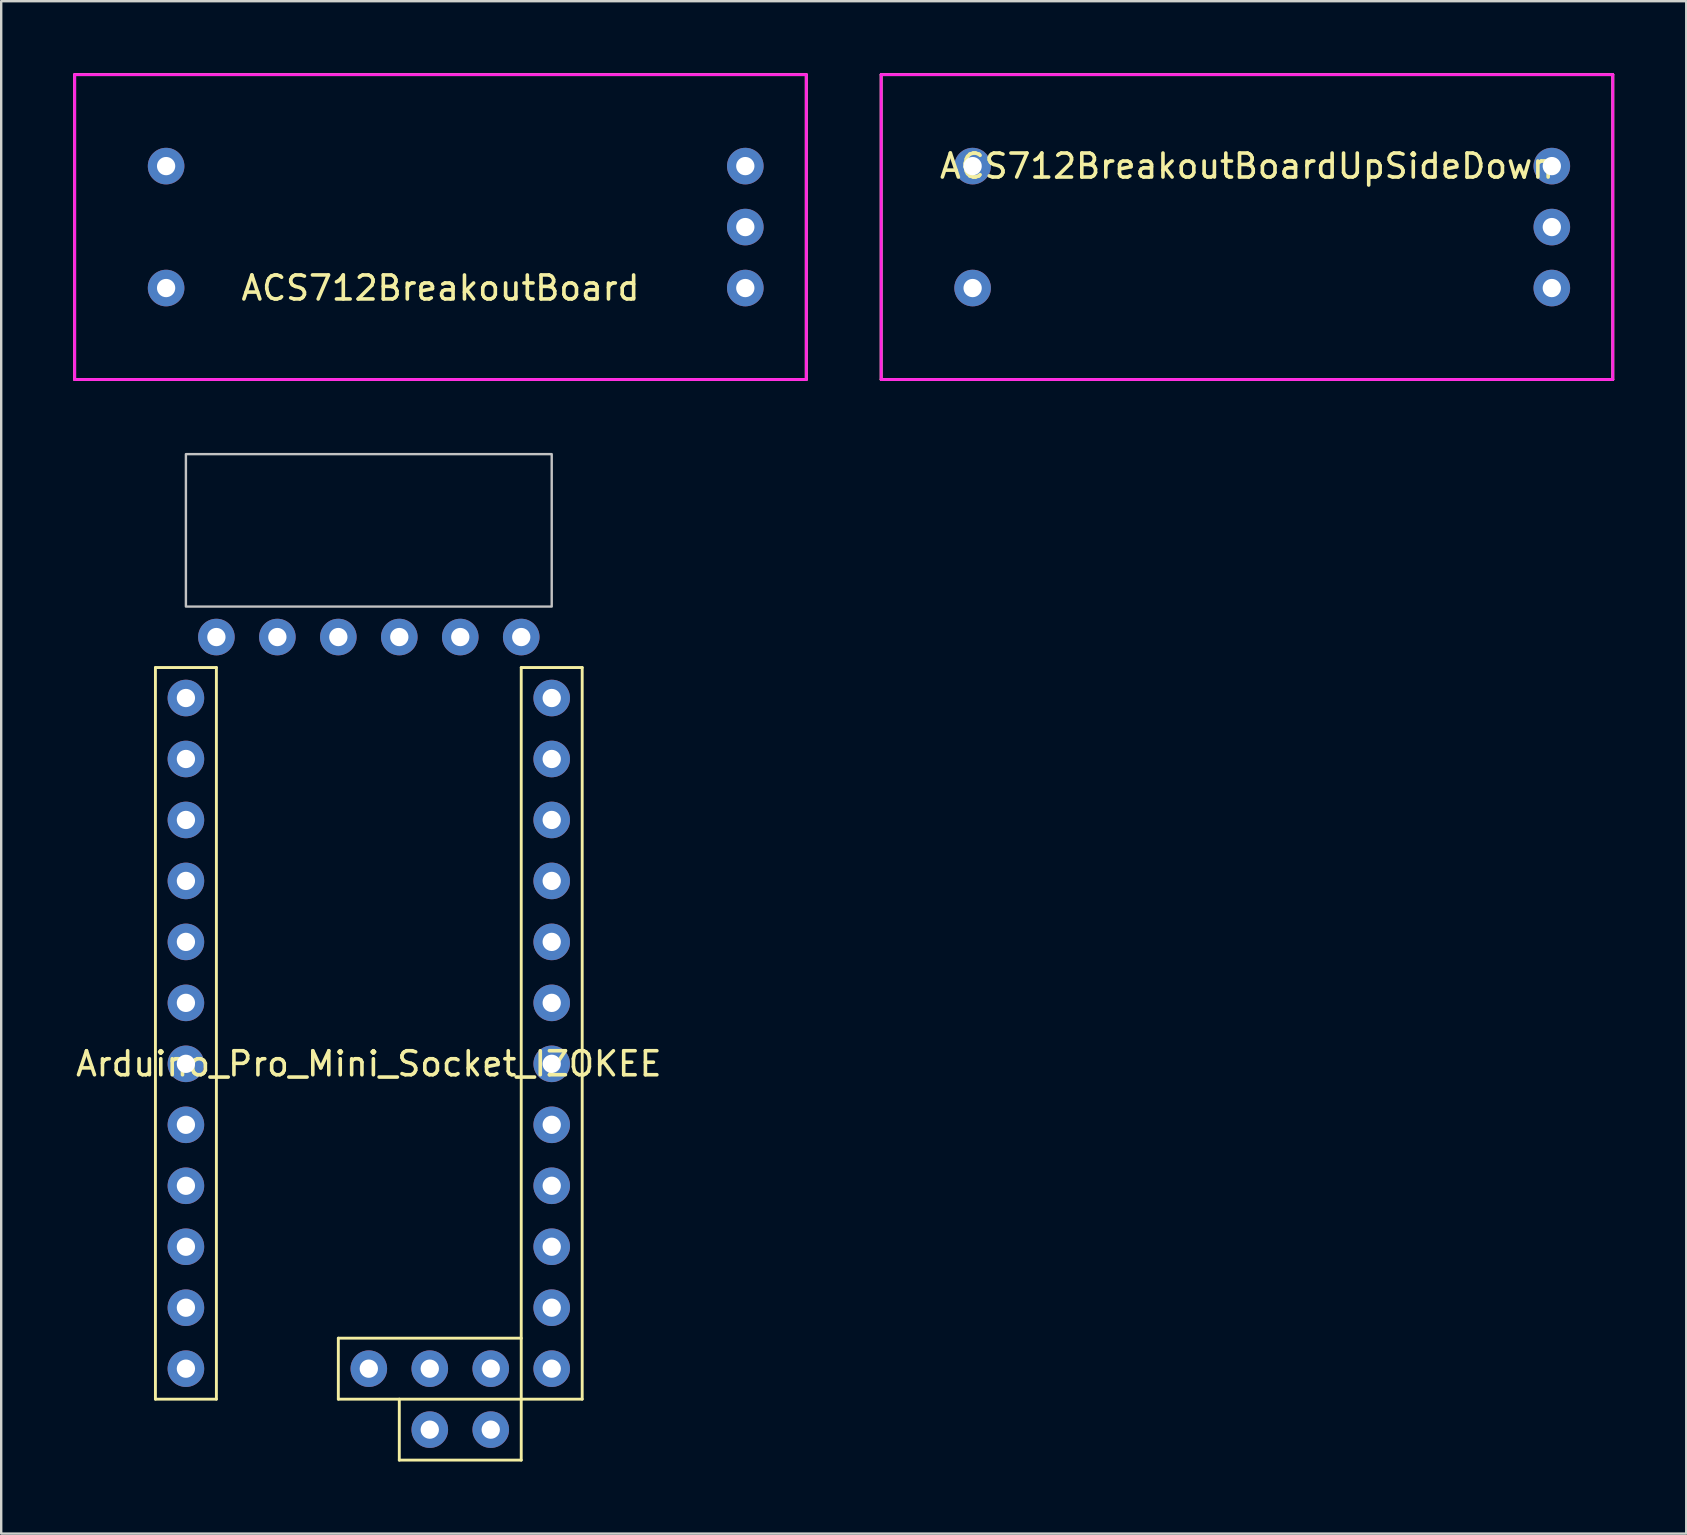
<source format=kicad_pcb>
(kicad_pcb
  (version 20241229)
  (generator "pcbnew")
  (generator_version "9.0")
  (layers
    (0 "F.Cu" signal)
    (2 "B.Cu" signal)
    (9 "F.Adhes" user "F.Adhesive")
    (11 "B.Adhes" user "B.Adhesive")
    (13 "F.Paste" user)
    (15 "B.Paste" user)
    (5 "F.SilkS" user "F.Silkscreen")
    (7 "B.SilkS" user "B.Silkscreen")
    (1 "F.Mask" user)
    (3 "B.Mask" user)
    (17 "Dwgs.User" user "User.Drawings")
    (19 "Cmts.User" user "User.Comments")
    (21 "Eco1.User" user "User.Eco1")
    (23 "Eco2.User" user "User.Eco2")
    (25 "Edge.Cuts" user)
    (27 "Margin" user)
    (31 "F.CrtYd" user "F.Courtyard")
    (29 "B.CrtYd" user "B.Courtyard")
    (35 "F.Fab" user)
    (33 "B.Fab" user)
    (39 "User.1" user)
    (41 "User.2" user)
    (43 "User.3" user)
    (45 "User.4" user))
  (footprint "Arduino_Pro_Mini_Socket_IZOKEE"
    (layer "F.Cu")
    (at 12.315 38.73)
    (property "Reference" "Arduino_Pro_Mini_Socket_IZOKEE" (at 0 2.54 0) (layer "F.SilkS") (effects (font (size 1 1) (thickness 0.15))))
    (attr through_hole)
    (fp_line (start -8.89 -13.97) (end -6.35 -13.97) (stroke (width 0.12) (type solid)) (layer "F.SilkS"))
    (fp_line (start -8.89 16.51) (end -8.89 -13.97) (stroke (width 0.12) (type solid)) (layer "F.SilkS"))
    (fp_line (start -6.35 -13.97) (end -6.35 16.51) (stroke (width 0.12) (type solid)) (layer "F.SilkS"))
    (fp_line (start -6.35 16.51) (end -8.89 16.51) (stroke (width 0.12) (type solid)) (layer "F.SilkS"))
    (fp_line (start -1.27 13.97) (end -1.27 16.51) (stroke (width 0.12) (type solid)) (layer "F.SilkS"))
    (fp_line (start -1.27 16.51) (end 6.35 16.51) (stroke (width 0.12) (type solid)) (layer "F.SilkS"))
    (fp_line (start 1.27 19.05) (end 1.27 16.51) (stroke (width 0.12) (type solid)) (layer "F.SilkS"))
    (fp_line (start 6.35 -13.97) (end 8.89 -13.97) (stroke (width 0.12) (type solid)) (layer "F.SilkS"))
    (fp_line (start 6.35 13.97) (end -1.27 13.97) (stroke (width 0.12) (type solid)) (layer "F.SilkS"))
    (fp_line (start 6.35 16.51) (end 6.35 -13.97) (stroke (width 0.12) (type solid)) (layer "F.SilkS"))
    (fp_line (start 6.35 16.51) (end 6.35 19.05) (stroke (width 0.12) (type solid)) (layer "F.SilkS"))
    (fp_line (start 6.35 19.05) (end 1.27 19.05) (stroke (width 0.12) (type solid)) (layer "F.SilkS"))
    (fp_line (start 8.89 -13.97) (end 8.89 16.51) (stroke (width 0.12) (type solid)) (layer "F.SilkS"))
    (fp_line (start 8.89 16.51) (end 6.35 16.51) (stroke (width 0.12) (type solid)) (layer "F.SilkS"))
    (fp_poly (pts (xy -7.62 -16.51) (xy 7.62 -16.51) (xy 7.62 -22.86) (xy -7.62 -22.86)) (stroke (width 0.1) (type solid)) (fill no) (layer "Dwgs.User"))
    (pad "1" thru_hole circle (at -7.62 -12.7) (size 1.524 1.524) (drill 0.762) (layers "*.Cu" "*.Mask"))
    (pad "2" thru_hole circle (at -7.62 -10.16) (size 1.524 1.524) (drill 0.762) (layers "*.Cu" "*.Mask"))
    (pad "3" thru_hole circle (at -7.62 -7.62) (size 1.524 1.524) (drill 0.762) (layers "*.Cu" "*.Mask"))
    (pad "4" thru_hole circle (at -7.62 -5.08) (size 1.524 1.524) (drill 0.762) (layers "*.Cu" "*.Mask"))
    (pad "5" thru_hole circle (at -7.62 -2.54) (size 1.524 1.524) (drill 0.762) (layers "*.Cu" "*.Mask"))
    (pad "6" thru_hole circle (at -7.62 0) (size 1.524 1.524) (drill 0.762) (layers "*.Cu" "*.Mask"))
    (pad "7" thru_hole circle (at -7.62 2.54) (size 1.524 1.524) (drill 0.762) (layers "*.Cu" "*.Mask"))
    (pad "8" thru_hole circle (at -7.62 5.08) (size 1.524 1.524) (drill 0.762) (layers "*.Cu" "*.Mask"))
    (pad "9" thru_hole circle (at -7.62 7.62) (size 1.524 1.524) (drill 0.762) (layers "*.Cu" "*.Mask"))
    (pad "10" thru_hole circle (at -7.62 10.16) (size 1.524 1.524) (drill 0.762) (layers "*.Cu" "*.Mask"))
    (pad "11" thru_hole circle (at -7.62 12.7) (size 1.524 1.524) (drill 0.762) (layers "*.Cu" "*.Mask"))
    (pad "12" thru_hole circle (at -7.62 15.24) (size 1.524 1.524) (drill 0.762) (layers "*.Cu" "*.Mask"))
    (pad "13" thru_hole circle (at 7.62 15.24) (size 1.524 1.524) (drill 0.762) (layers "*.Cu" "*.Mask"))
    (pad "14" thru_hole circle (at 7.62 12.7) (size 1.524 1.524) (drill 0.762) (layers "*.Cu" "*.Mask"))
    (pad "15" thru_hole circle (at 7.62 10.16) (size 1.524 1.524) (drill 0.762) (layers "*.Cu" "*.Mask"))
    (pad "16" thru_hole circle (at 2.54 15.24 90) (size 1.524 1.524) (drill 0.762) (layers "*.Cu" "*.Mask"))
    (pad "17" thru_hole circle (at 7.62 7.62) (size 1.524 1.524) (drill 0.762) (layers "*.Cu" "*.Mask"))
    (pad "18" thru_hole circle (at 5.08 15.24 90) (size 1.524 1.524) (drill 0.762) (layers "*.Cu" "*.Mask"))
    (pad "19" thru_hole circle (at 7.62 5.08) (size 1.524 1.524) (drill 0.762) (layers "*.Cu" "*.Mask"))
    (pad "20" thru_hole circle (at 7.62 2.54) (size 1.524 1.524) (drill 0.762) (layers "*.Cu" "*.Mask"))
    (pad "21" thru_hole circle (at 7.62 0) (size 1.524 1.524) (drill 0.762) (layers "*.Cu" "*.Mask"))
    (pad "22" thru_hole circle (at 5.08 17.78 90) (size 1.524 1.524) (drill 0.762) (layers "*.Cu" "*.Mask"))
    (pad "23" thru_hole circle (at 7.62 -2.54) (size 1.524 1.524) (drill 0.762) (layers "*.Cu" "*.Mask"))
    (pad "24" thru_hole circle (at 2.54 17.78 90) (size 1.524 1.524) (drill 0.762) (layers "*.Cu" "*.Mask"))
    (pad "25" thru_hole circle (at 7.62 -5.08) (size 1.524 1.524) (drill 0.762) (layers "*.Cu" "*.Mask"))
    (pad "26" thru_hole circle (at 7.62 -7.62) (size 1.524 1.524) (drill 0.762) (layers "*.Cu" "*.Mask"))
    (pad "27" thru_hole circle (at 7.62 -10.16) (size 1.524 1.524) (drill 0.762) (layers "*.Cu" "*.Mask"))
    (pad "28" thru_hole circle (at 7.62 -12.7) (size 1.524 1.524) (drill 0.762) (layers "*.Cu" "*.Mask"))
    (pad "29" thru_hole circle (at 6.35 -15.24) (size 1.524 1.524) (drill 0.762) (layers "*.Cu" "*.Mask"))
    (pad "30" thru_hole circle (at 3.81 -15.24) (size 1.524 1.524) (drill 0.762) (layers "*.Cu" "*.Mask"))
    (pad "31" thru_hole circle (at 1.27 -15.24) (size 1.524 1.524) (drill 0.762) (layers "*.Cu" "*.Mask"))
    (pad "32" thru_hole circle (at -1.27 -15.24) (size 1.524 1.524) (drill 0.762) (layers "*.Cu" "*.Mask"))
    (pad "33" thru_hole circle (at -3.81 -15.24) (size 1.524 1.524) (drill 0.762) (layers "*.Cu" "*.Mask"))
    (pad "34" thru_hole circle (at -6.35 -15.24) (size 1.524 1.524) (drill 0.762) (layers "*.Cu" "*.Mask"))
    (pad "35" thru_hole circle (at 0 15.24) (size 1.524 1.524) (drill 0.762) (layers "*.Cu" "*.Mask")))
  (footprint "ACS712BreakoutBoardUpSideDown"
    (layer "F.Cu")
    (at 48.9 6.41)
    (property "Reference" "ACS712BreakoutBoardUpSideDown" (at 0 -2.54 180) (layer "F.SilkS") (effects (font (size 1 1) (thickness 0.15))))
    (attr through_hole)
    (fp_line (start -15.24 -6.35) (end -15.24 6.35) (stroke (width 0.12) (type solid)) (layer "F.SilkS"))
    (fp_line (start -15.24 6.35) (end 15.24 6.35) (stroke (width 0.12) (type solid)) (layer "F.SilkS"))
    (fp_line (start 15.24 -6.35) (end -15.24 -6.35) (stroke (width 0.12) (type solid)) (layer "F.SilkS"))
    (fp_line (start 15.24 6.35) (end 15.24 -6.35) (stroke (width 0.12) (type solid)) (layer "F.SilkS"))
    (fp_line (start -15.24 -6.35) (end -15.24 6.35) (stroke (width 0.12) (type solid)) (layer "F.CrtYd"))
    (fp_line (start -15.24 6.35) (end 15.24 6.35) (stroke (width 0.12) (type solid)) (layer "F.CrtYd"))
    (fp_line (start 15.24 -6.35) (end -15.24 -6.35) (stroke (width 0.12) (type solid)) (layer "F.CrtYd"))
    (fp_line (start 15.24 6.35) (end 15.24 -6.35) (stroke (width 0.12) (type solid)) (layer "F.CrtYd"))
    (pad "1" thru_hole circle (at 12.7 -2.54 180) (size 1.524 1.524) (drill 0.762) (layers "*.Cu" "*.Mask"))
    (pad "2" thru_hole circle (at 12.7 0 180) (size 1.524 1.524) (drill 0.762) (layers "*.Cu" "*.Mask"))
    (pad "3" thru_hole circle (at 12.7 2.54 180) (size 1.524 1.524) (drill 0.762) (layers "*.Cu" "*.Mask"))
    (pad "4" thru_hole circle (at -11.43 2.54 180) (size 1.524 1.524) (drill 0.762) (layers "*.Cu" "*.Mask"))
    (pad "5" thru_hole circle (at -11.43 -2.54 180) (size 1.524 1.524) (drill 0.762) (layers "*.Cu" "*.Mask")))
  (footprint "ACS712BreakoutBoard"
    (layer "F.Cu")
    (at 15.3 6.41)
    (property "Reference" "ACS712BreakoutBoard" (at 0 2.54 0) (layer "F.SilkS") (effects (font (size 1 1) (thickness 0.15))))
    (attr through_hole)
    (fp_line (start -15.24 -6.35) (end 15.24 -6.35) (stroke (width 0.12) (type solid)) (layer "F.SilkS"))
    (fp_line (start -15.24 6.35) (end -15.24 -6.35) (stroke (width 0.12) (type solid)) (layer "F.SilkS"))
    (fp_line (start 15.24 -6.35) (end 15.24 6.35) (stroke (width 0.12) (type solid)) (layer "F.SilkS"))
    (fp_line (start 15.24 6.35) (end -15.24 6.35) (stroke (width 0.12) (type solid)) (layer "F.SilkS"))
    (fp_line (start -15.24 -6.35) (end -15.24 6.35) (stroke (width 0.12) (type solid)) (layer "F.CrtYd"))
    (fp_line (start -15.24 6.35) (end 15.24 6.35) (stroke (width 0.12) (type solid)) (layer "F.CrtYd"))
    (fp_line (start 15.24 -6.35) (end -15.24 -6.35) (stroke (width 0.12) (type solid)) (layer "F.CrtYd"))
    (fp_line (start 15.24 6.35) (end 15.24 -6.35) (stroke (width 0.12) (type solid)) (layer "F.CrtYd"))
    (pad "1" thru_hole circle (at 12.7 2.54) (size 1.524 1.524) (drill 0.762) (layers "*.Cu" "*.Mask"))
    (pad "2" thru_hole circle (at 12.7 0) (size 1.524 1.524) (drill 0.762) (layers "*.Cu" "*.Mask"))
    (pad "3" thru_hole circle (at 12.7 -2.54) (size 1.524 1.524) (drill 0.762) (layers "*.Cu" "*.Mask"))
    (pad "4" thru_hole circle (at -11.43 -2.54) (size 1.524 1.524) (drill 0.762) (layers "*.Cu" "*.Mask"))
    (pad "5" thru_hole circle (at -11.43 2.54) (size 1.524 1.524) (drill 0.762) (layers "*.Cu" "*.Mask")))
  (gr_rect
    (start -3 -3)
    (end 67.2 60.84)
    (stroke (width 0.1) (type default))
    (fill no)
    (layer "Edge.Cuts")))
</source>
